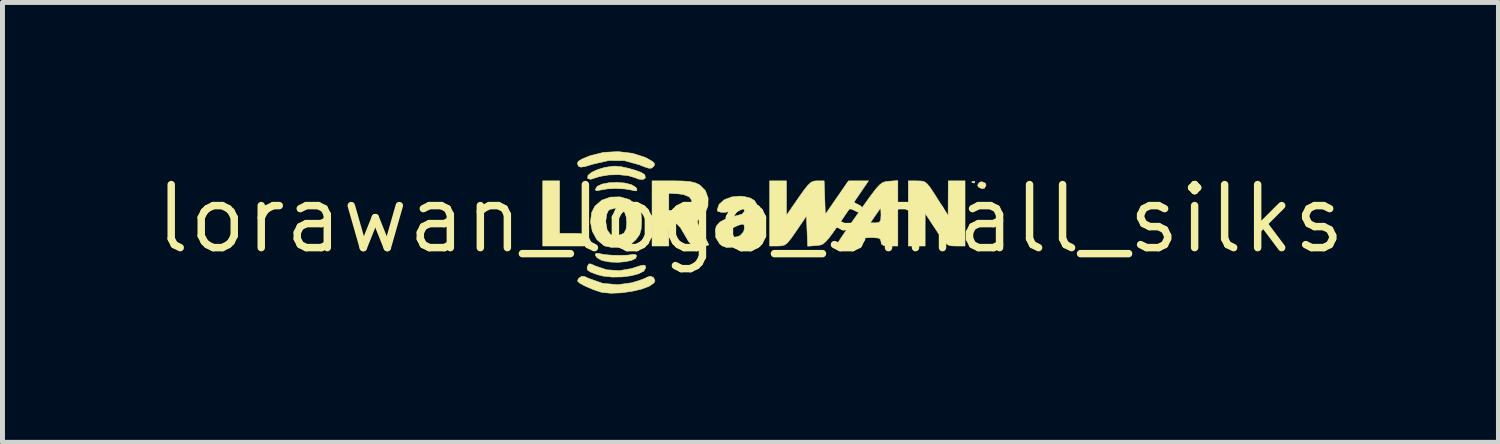
<source format=kicad_pcb>
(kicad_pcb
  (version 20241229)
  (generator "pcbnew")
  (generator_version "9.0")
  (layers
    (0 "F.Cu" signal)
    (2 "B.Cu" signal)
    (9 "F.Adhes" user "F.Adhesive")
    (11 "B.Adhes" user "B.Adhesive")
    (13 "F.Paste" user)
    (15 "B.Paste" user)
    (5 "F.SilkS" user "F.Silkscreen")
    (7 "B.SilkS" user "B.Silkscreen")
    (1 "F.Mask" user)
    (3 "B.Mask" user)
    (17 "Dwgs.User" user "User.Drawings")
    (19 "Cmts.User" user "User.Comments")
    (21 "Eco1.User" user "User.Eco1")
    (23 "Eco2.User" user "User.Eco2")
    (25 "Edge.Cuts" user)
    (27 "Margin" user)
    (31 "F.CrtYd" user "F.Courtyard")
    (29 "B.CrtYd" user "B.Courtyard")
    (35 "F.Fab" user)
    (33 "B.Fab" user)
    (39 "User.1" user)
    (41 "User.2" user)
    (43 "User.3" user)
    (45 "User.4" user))
  (footprint "lorawan_logo_small_silks"
    (layer "F.Cu")
    (at 12.072 1.36)
    (property "Reference" "lorawan_logo_small_silks" (at 0 0 0) (layer "F.SilkS") (effects (font (size 1.27 1.27) (thickness 0.15))))
    (attr through_hole)
    (fp_poly (pts (xy 4.522 -0.752) (xy 4.516 -0.726) (xy 4.494 -0.723) (xy 4.459 -0.739) (xy 4.465 -0.752) (xy 4.516 -0.757) (xy 4.522 -0.752)) (stroke (width 0.01) (type solid)) (fill yes) (layer "F.SilkS"))
    (fp_poly (pts (xy 4.734 -0.718) (xy 4.748 -0.675) (xy 4.715 -0.616) (xy 4.663 -0.608) (xy 4.594 -0.641) (xy 4.578 -0.681) (xy 4.614 -0.736) (xy 4.663 -0.748) (xy 4.734 -0.718)) (stroke (width 0.01) (type solid)) (fill yes) (layer "F.SilkS"))
    (fp_poly (pts (xy -3.846 0.293) (xy -3.592 0.293) (xy -3.451 0.294) (xy -3.376 0.306) (xy -3.344 0.338) (xy -3.338 0.399) (xy -3.338 0.42) (xy -3.338 0.547) (xy -4.185 0.547) (xy -4.185 -0.766) (xy -3.846 -0.766) (xy -3.846 0.293)) (stroke (width 0.01) (type solid)) (fill yes) (layer "F.SilkS"))
    (fp_poly (pts (xy -2.534 -0.722) (xy -2.4 -0.689) (xy -2.31 -0.635) (xy -2.288 -0.6) (xy -2.291 -0.564) (xy -2.35 -0.567) (xy -2.391 -0.579) (xy -2.531 -0.603) (xy -2.71 -0.612) (xy -2.886 -0.604) (xy -3.022 -0.581) (xy -3.031 -0.577) (xy -3.108 -0.566) (xy -3.126 -0.59) (xy -3.089 -0.655) (xy -2.989 -0.701) (xy -2.85 -0.728) (xy -2.691 -0.735) (xy -2.534 -0.722)) (stroke (width 0.01) (type solid)) (fill yes) (layer "F.SilkS"))
    (fp_poly (pts (xy -3.043 0.698) (xy -3.031 0.703) (xy -2.935 0.721) (xy -2.789 0.733) (xy -2.626 0.736) (xy -2.478 0.732) (xy -2.377 0.718) (xy -2.37 0.715) (xy -2.308 0.724) (xy -2.294 0.743) (xy -2.312 0.795) (xy -2.394 0.836) (xy -2.521 0.863) (xy -2.672 0.876) (xy -2.828 0.87) (xy -2.969 0.844) (xy -3.01 0.83) (xy -3.093 0.781) (xy -3.128 0.728) (xy -3.113 0.694) (xy -3.043 0.698)) (stroke (width 0.01) (type solid)) (fill yes) (layer "F.SilkS"))
    (fp_poly (pts (xy -3.21 0.91) (xy -3.125 0.95) (xy -2.898 1.026) (xy -2.643 1.044) (xy -2.397 1.002) (xy -2.382 0.997) (xy -2.238 0.95) (xy -2.156 0.932) (xy -2.119 0.943) (xy -2.11 0.982) (xy -2.11 0.987) (xy -2.149 1.053) (xy -2.254 1.107) (xy -2.406 1.147) (xy -2.587 1.17) (xy -2.779 1.173) (xy -2.963 1.155) (xy -3.098 1.12) (xy -3.222 1.072) (xy -3.282 1.033) (xy -3.292 0.989) (xy -3.28 0.949) (xy -3.255 0.908) (xy -3.21 0.91)) (stroke (width 0.01) (type solid)) (fill yes) (layer "F.SilkS"))
    (fp_poly (pts (xy 4.324 0.547) (xy 4.14 0.547) (xy 4.052 0.544) (xy 3.987 0.528) (xy 3.928 0.484) (xy 3.86 0.4) (xy 3.766 0.262) (xy 3.738 0.219) (xy 3.521 -0.11) (xy 3.52 0.219) (xy 3.52 0.547) (xy 3.181 0.547) (xy 3.181 -0.766) (xy 3.361 -0.765) (xy 3.445 -0.762) (xy 3.508 -0.746) (xy 3.564 -0.702) (xy 3.63 -0.619) (xy 3.719 -0.483) (xy 3.762 -0.415) (xy 3.983 -0.067) (xy 3.986 -0.766) (xy 4.324 -0.766) (xy 4.324 0.547)) (stroke (width 0.01) (type solid)) (fill yes) (layer "F.SilkS"))
    (fp_poly (pts (xy -2.601 -1.05) (xy -2.455 -1.018) (xy -2.309 -0.976) (xy -2.192 -0.93) (xy -2.13 -0.889) (xy -2.129 -0.888) (xy -2.117 -0.824) (xy -2.166 -0.792) (xy -2.255 -0.801) (xy -2.315 -0.826) (xy -2.46 -0.87) (xy -2.652 -0.89) (xy -2.856 -0.885) (xy -3.039 -0.854) (xy -3.106 -0.832) (xy -3.219 -0.797) (xy -3.276 -0.811) (xy -3.28 -0.817) (xy -3.274 -0.875) (xy -3.202 -0.936) (xy -3.083 -0.992) (xy -2.935 -1.036) (xy -2.776 -1.06) (xy -2.721 -1.062) (xy -2.601 -1.05)) (stroke (width 0.01) (type solid)) (fill yes) (layer "F.SilkS"))
    (fp_poly (pts (xy -2.378 -1.321) (xy -2.127 -1.241) (xy -2.099 -1.227) (xy -1.984 -1.163) (xy -1.934 -1.118) (xy -1.937 -1.077) (xy -1.951 -1.057) (xy -1.989 -1.024) (xy -2.042 -1.019) (xy -2.132 -1.047) (xy -2.237 -1.089) (xy -2.541 -1.173) (xy -2.857 -1.175) (xy -3.176 -1.102) (xy -3.326 -1.056) (xy -3.415 -1.042) (xy -3.461 -1.058) (xy -3.469 -1.068) (xy -3.488 -1.118) (xy -3.467 -1.161) (xy -3.392 -1.206) (xy -3.251 -1.264) (xy -3.221 -1.275) (xy -2.957 -1.34) (xy -2.666 -1.355) (xy -2.378 -1.321)) (stroke (width 0.01) (type solid)) (fill yes) (layer "F.SilkS"))
    (fp_poly (pts (xy -1.95 1.186) (xy -1.925 1.246) (xy -1.944 1.291) (xy -2.041 1.358) (xy -2.199 1.417) (xy -2.396 1.462) (xy -2.608 1.491) (xy -2.813 1.499) (xy -2.987 1.482) (xy -3.011 1.477) (xy -3.154 1.43) (xy -3.309 1.365) (xy -3.344 1.348) (xy -3.447 1.291) (xy -3.485 1.251) (xy -3.469 1.211) (xy -3.455 1.195) (xy -3.402 1.157) (xy -3.341 1.162) (xy -3.258 1.201) (xy -2.979 1.299) (xy -2.675 1.327) (xy -2.398 1.289) (xy -2.253 1.246) (xy -2.136 1.204) (xy -2.082 1.175) (xy -2.011 1.155) (xy -1.95 1.186)) (stroke (width 0.01) (type solid)) (fill yes) (layer "F.SilkS"))
    (fp_poly (pts (xy 0.726 -0.072) (xy 0.966 -0.419) (xy 1.079 -0.579) (xy 1.16 -0.68) (xy 1.223 -0.737) (xy 1.283 -0.761) (xy 1.345 -0.766) (xy 1.485 -0.766) (xy 1.497 -0.428) (xy 1.509 -0.091) (xy 1.742 -0.428) (xy 1.975 -0.765) (xy 2.379 -0.766) (xy 1.938 -0.12) (xy 1.782 0.107) (xy 1.666 0.273) (xy 1.579 0.389) (xy 1.512 0.464) (xy 1.458 0.507) (xy 1.407 0.528) (xy 1.35 0.536) (xy 1.325 0.538) (xy 1.153 0.551) (xy 1.141 0.248) (xy 1.128 -0.056) (xy 0.923 0.245) (xy 0.821 0.391) (xy 0.748 0.481) (xy 0.687 0.527) (xy 0.62 0.544) (xy 0.552 0.547) (xy 0.387 0.547) (xy 0.387 -0.766) (xy 0.726 -0.766) (xy 0.726 -0.072)) (stroke (width 0.01) (type solid)) (fill yes) (layer "F.SilkS"))
    (fp_poly (pts (xy -2.444 -0.39) (xy -2.312 -0.297) (xy -2.242 -0.213) (xy -2.206 -0.121) (xy -2.195 0.011) (xy -2.195 0.056) (xy -2.203 0.208) (xy -2.233 0.313) (xy -2.299 0.407) (xy -2.314 0.424) (xy -2.412 0.513) (xy -2.524 0.559) (xy -2.642 0.575) (xy -2.805 0.574) (xy -2.933 0.547) (xy -2.953 0.538) (xy -3.095 0.418) (xy -3.187 0.25) (xy -3.223 0.066) (xy -2.915 0.066) (xy -2.887 0.225) (xy -2.814 0.322) (xy -2.706 0.351) (xy -2.577 0.304) (xy -2.544 0.281) (xy -2.506 0.208) (xy -2.493 0.089) (xy -2.504 -0.041) (xy -2.535 -0.133) (xy -2.61 -0.195) (xy -2.721 -0.215) (xy -2.828 -0.19) (xy -2.864 -0.165) (xy -2.896 -0.093) (xy -2.913 0.025) (xy -2.915 0.066) (xy -3.223 0.066) (xy -3.224 0.061) (xy -3.2 -0.127) (xy -3.134 -0.256) (xy -2.998 -0.375) (xy -2.821 -0.438) (xy -2.628 -0.443) (xy -2.444 -0.39)) (stroke (width 0.01) (type solid)) (fill yes) (layer "F.SilkS"))
    (fp_poly (pts (xy 2.97 0.547) (xy 2.8 0.547) (xy 2.69 0.54) (xy 2.641 0.511) (xy 2.631 0.462) (xy 2.62 0.411) (xy 2.572 0.386) (xy 2.468 0.378) (xy 2.42 0.377) (xy 2.279 0.386) (xy 2.197 0.417) (xy 2.156 0.462) (xy 2.09 0.521) (xy 1.978 0.545) (xy 1.922 0.547) (xy 1.813 0.54) (xy 1.75 0.523) (xy 1.744 0.515) (xy 1.769 0.472) (xy 1.834 0.371) (xy 1.933 0.226) (xy 2.034 0.081) (xy 2.414 0.081) (xy 2.522 0.081) (xy 2.594 0.071) (xy 2.625 0.025) (xy 2.631 -0.074) (xy 2.628 -0.17) (xy 2.62 -0.212) (xy 2.617 -0.212) (xy 2.587 -0.169) (xy 2.527 -0.084) (xy 2.509 -0.057) (xy 2.414 0.081) (xy 2.034 0.081) (xy 2.058 0.046) (xy 2.183 -0.131) (xy 2.339 -0.35) (xy 2.456 -0.51) (xy 2.542 -0.62) (xy 2.608 -0.69) (xy 2.663 -0.73) (xy 2.717 -0.749) (xy 2.778 -0.756) (xy 2.794 -0.758) (xy 2.97 -0.771) (xy 2.97 0.547)) (stroke (width 0.01) (type solid)) (fill yes) (layer "F.SilkS"))
    (fp_poly (pts (xy -1.571 -0.766) (xy -1.361 -0.762) (xy -1.215 -0.75) (xy -1.11 -0.725) (xy -1.026 -0.685) (xy -1.023 -0.683) (xy -0.908 -0.569) (xy -0.853 -0.418) (xy -0.857 -0.256) (xy -0.922 -0.106) (xy -1.015 -0.012) (xy -1.058 0.023) (xy -1.071 0.063) (xy -1.049 0.128) (xy -0.989 0.24) (xy -0.969 0.275) (xy -0.902 0.398) (xy -0.855 0.489) (xy -0.84 0.525) (xy -0.878 0.538) (xy -0.973 0.546) (xy -1.022 0.547) (xy -1.123 0.543) (xy -1.19 0.519) (xy -1.246 0.458) (xy -1.313 0.343) (xy -1.329 0.314) (xy -1.412 0.175) (xy -1.482 0.102) (xy -1.549 0.081) (xy -1.604 0.089) (xy -1.633 0.125) (xy -1.643 0.212) (xy -1.645 0.314) (xy -1.645 0.547) (xy -1.983 0.547) (xy -1.983 -0.168) (xy -1.645 -0.168) (xy -1.448 -0.181) (xy -1.286 -0.21) (xy -1.205 -0.268) (xy -1.179 -0.366) (xy -1.23 -0.442) (xy -1.351 -0.491) (xy -1.448 -0.503) (xy -1.645 -0.516) (xy -1.645 -0.168) (xy -1.983 -0.168) (xy -1.983 -0.766) (xy -1.571 -0.766)) (stroke (width 0.01) (type solid)) (fill yes) (layer "F.SilkS"))
    (fp_poly (pts (xy -0.124 -0.449) (xy -0.003 -0.419) (xy 0.08 -0.37) (xy 0.132 -0.286) (xy 0.163 -0.151) (xy 0.179 0.047) (xy 0.182 0.135) (xy 0.197 0.55) (xy 0.006 0.547) (xy -0.159 0.552) (xy -0.325 0.566) (xy -0.353 0.57) (xy -0.482 0.577) (xy -0.572 0.543) (xy -0.618 0.506) (xy -0.699 0.376) (xy -0.705 0.253) (xy -0.411 0.253) (xy -0.401 0.316) (xy -0.35 0.371) (xy -0.259 0.36) (xy -0.203 0.334) (xy -0.137 0.258) (xy -0.121 0.188) (xy -0.128 0.12) (xy -0.166 0.106) (xy -0.248 0.13) (xy -0.367 0.186) (xy -0.411 0.253) (xy -0.705 0.253) (xy -0.707 0.218) (xy -0.687 0.146) (xy -0.616 0.065) (xy -0.48 -0.008) (xy -0.298 -0.06) (xy -0.279 -0.063) (xy -0.168 -0.096) (xy -0.124 -0.147) (xy -0.121 -0.175) (xy -0.154 -0.235) (xy -0.229 -0.26) (xy -0.31 -0.245) (xy -0.359 -0.194) (xy -0.409 -0.155) (xy -0.497 -0.133) (xy -0.591 -0.132) (xy -0.658 -0.153) (xy -0.671 -0.176) (xy -0.632 -0.292) (xy -0.529 -0.384) (xy -0.379 -0.442) (xy -0.202 -0.457) (xy -0.124 -0.449)) (stroke (width 0.01) (type solid)) (fill yes) (layer "F.SilkS")))
  (gr_rect
    (start -3 -3)
    (end 27.145 5.864)
    (stroke (width 0.1) (type default))
    (fill no)
    (layer "Edge.Cuts")))
</source>
